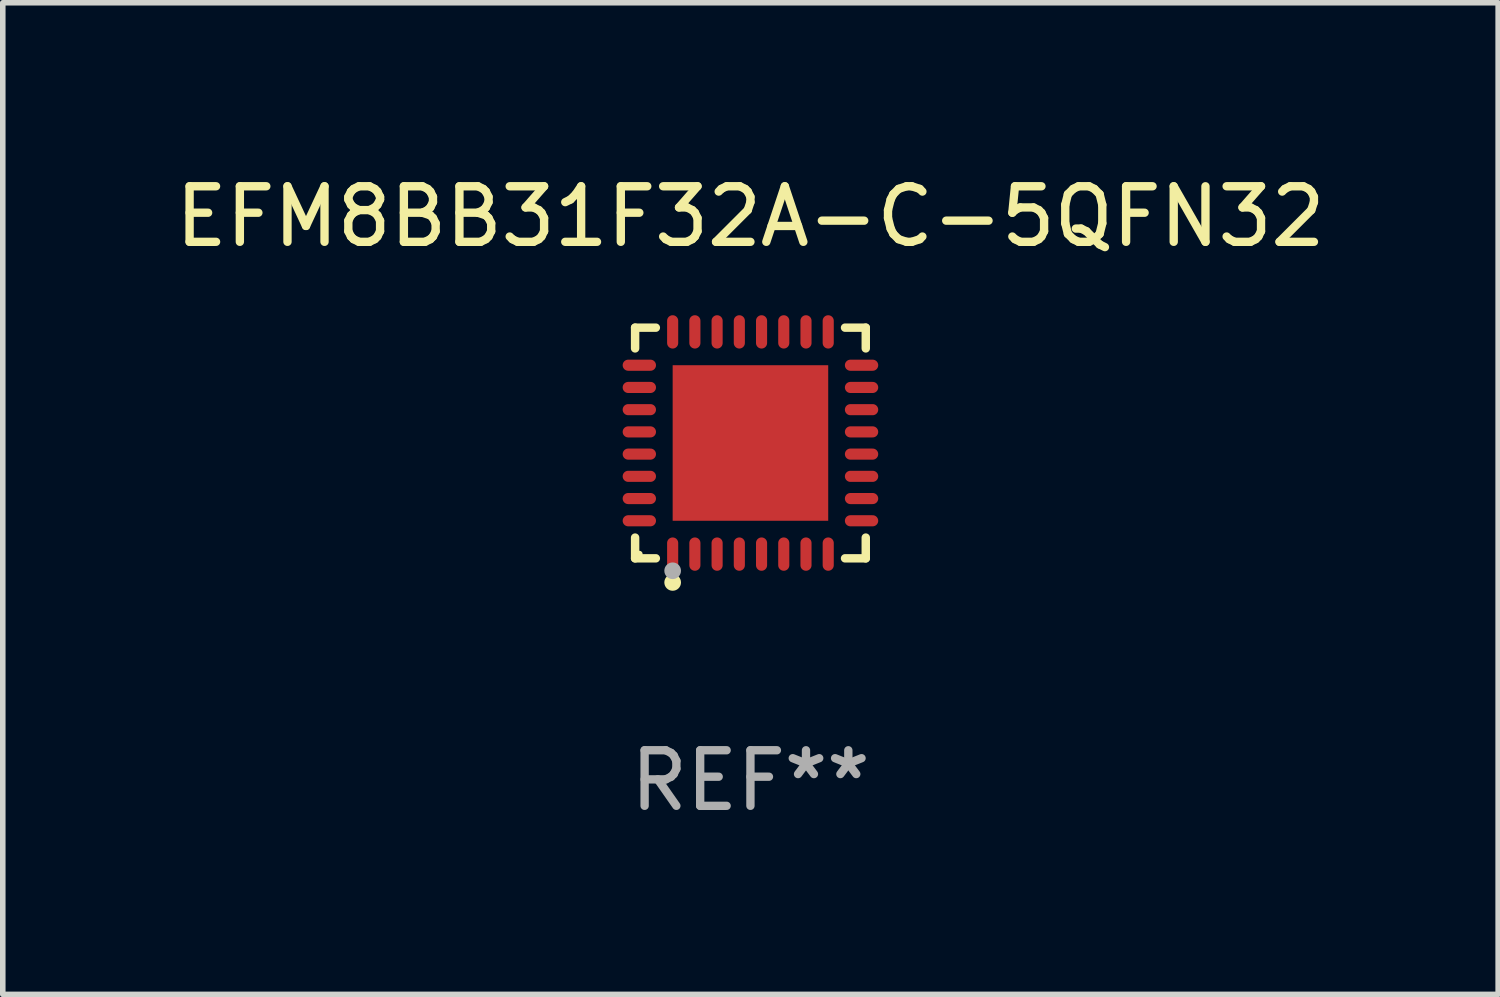
<source format=kicad_pcb>
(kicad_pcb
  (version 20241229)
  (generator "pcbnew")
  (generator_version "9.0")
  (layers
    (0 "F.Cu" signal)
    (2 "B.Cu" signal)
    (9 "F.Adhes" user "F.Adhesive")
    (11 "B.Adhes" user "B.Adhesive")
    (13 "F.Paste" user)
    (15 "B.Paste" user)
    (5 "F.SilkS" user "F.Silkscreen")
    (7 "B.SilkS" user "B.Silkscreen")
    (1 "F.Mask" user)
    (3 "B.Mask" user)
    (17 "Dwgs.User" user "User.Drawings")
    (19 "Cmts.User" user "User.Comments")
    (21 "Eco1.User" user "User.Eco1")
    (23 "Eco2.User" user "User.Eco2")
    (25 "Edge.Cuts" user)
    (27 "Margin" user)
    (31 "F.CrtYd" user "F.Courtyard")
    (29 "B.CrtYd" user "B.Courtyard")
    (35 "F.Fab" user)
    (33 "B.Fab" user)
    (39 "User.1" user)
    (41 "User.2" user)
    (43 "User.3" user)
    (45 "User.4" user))
  (footprint "EFM8BB31F32A-C-5QFN32"
    (layer "F.Cu")
    (at 10.458 4.924)
    (property "Reference" "EFM8BB31F32A-C-5QFN32" (at 0 -4.076 0) (layer "F.SilkS") (effects (font (size 1 1) (thickness 0.15))))
    (attr through_hole)
    (fp_line (start -2.076 -2.076) (end -1.703 -2.076) (stroke (width 0.152) (type solid)) (layer "F.SilkS"))
    (fp_line (start -2.076 -1.703) (end -2.076 -2.076) (stroke (width 0.152) (type solid)) (layer "F.SilkS"))
    (fp_line (start -2.076 1.703) (end -2.076 2.076) (stroke (width 0.152) (type solid)) (layer "F.SilkS"))
    (fp_line (start -2.076 2.076) (end -1.703 2.076) (stroke (width 0.152) (type solid)) (layer "F.SilkS"))
    (fp_line (start 2.076 -2.076) (end 1.703 -2.076) (stroke (width 0.152) (type solid)) (layer "F.SilkS"))
    (fp_line (start 2.076 -1.703) (end 2.076 -2.076) (stroke (width 0.152) (type solid)) (layer "F.SilkS"))
    (fp_line (start 2.076 1.703) (end 2.076 2.076) (stroke (width 0.152) (type solid)) (layer "F.SilkS"))
    (fp_line (start 2.076 2.076) (end 1.703 2.076) (stroke (width 0.152) (type solid)) (layer "F.SilkS"))
    (fp_circle (center -2 2) (end -1.97 2) (stroke (width 0.06) (type solid)) (fill no) (layer "F.SilkS"))
    (fp_circle (center -1.4 2.51) (end -1.325 2.51) (stroke (width 0.15) (type solid)) (fill no) (layer "F.SilkS"))
    (fp_circle (center -1.4 2.3) (end -1.325 2.3) (stroke (width 0.15) (type solid)) (fill no) (layer "F.Fab"))
    (fp_text user "REF**" (at 0 6.076 0) (layer "F.Fab") (effects (font (size 1 1) (thickness 0.15))))
    (pad "1" smd oval (at -1.4 2) (size 0.2 0.6) (layers "F.Cu" "F.Mask" "F.Paste"))
    (pad "2" smd oval (at -1 2) (size 0.2 0.6) (layers "F.Cu" "F.Mask" "F.Paste"))
    (pad "3" smd oval (at -0.6 2) (size 0.2 0.6) (layers "F.Cu" "F.Mask" "F.Paste"))
    (pad "4" smd oval (at -0.2 2) (size 0.2 0.6) (layers "F.Cu" "F.Mask" "F.Paste"))
    (pad "5" smd oval (at 0.2 2) (size 0.2 0.6) (layers "F.Cu" "F.Mask" "F.Paste"))
    (pad "6" smd oval (at 0.6 2) (size 0.2 0.6) (layers "F.Cu" "F.Mask" "F.Paste"))
    (pad "7" smd oval (at 1 2) (size 0.2 0.6) (layers "F.Cu" "F.Mask" "F.Paste"))
    (pad "8" smd oval (at 1.4 2) (size 0.2 0.6) (layers "F.Cu" "F.Mask" "F.Paste"))
    (pad "9" smd oval (at 2 1.4) (size 0.6 0.2) (layers "F.Cu" "F.Mask" "F.Paste"))
    (pad "10" smd oval (at 2 1) (size 0.6 0.2) (layers "F.Cu" "F.Mask" "F.Paste"))
    (pad "11" smd oval (at 2 0.6) (size 0.6 0.2) (layers "F.Cu" "F.Mask" "F.Paste"))
    (pad "12" smd oval (at 2 0.2) (size 0.6 0.2) (layers "F.Cu" "F.Mask" "F.Paste"))
    (pad "13" smd oval (at 2 -0.2) (size 0.6 0.2) (layers "F.Cu" "F.Mask" "F.Paste"))
    (pad "14" smd oval (at 2 -0.6) (size 0.6 0.2) (layers "F.Cu" "F.Mask" "F.Paste"))
    (pad "15" smd oval (at 2 -1) (size 0.6 0.2) (layers "F.Cu" "F.Mask" "F.Paste"))
    (pad "16" smd oval (at 2 -1.4) (size 0.6 0.2) (layers "F.Cu" "F.Mask" "F.Paste"))
    (pad "17" smd oval (at 1.4 -2) (size 0.2 0.6) (layers "F.Cu" "F.Mask" "F.Paste"))
    (pad "18" smd oval (at 1 -2) (size 0.2 0.6) (layers "F.Cu" "F.Mask" "F.Paste"))
    (pad "19" smd oval (at 0.6 -2) (size 0.2 0.6) (layers "F.Cu" "F.Mask" "F.Paste"))
    (pad "20" smd oval (at 0.2 -2) (size 0.2 0.6) (layers "F.Cu" "F.Mask" "F.Paste"))
    (pad "21" smd oval (at -0.2 -2) (size 0.2 0.6) (layers "F.Cu" "F.Mask" "F.Paste"))
    (pad "22" smd oval (at -0.6 -2) (size 0.2 0.6) (layers "F.Cu" "F.Mask" "F.Paste"))
    (pad "23" smd oval (at -1 -2) (size 0.2 0.6) (layers "F.Cu" "F.Mask" "F.Paste"))
    (pad "24" smd oval (at -1.4 -2) (size 0.2 0.6) (layers "F.Cu" "F.Mask" "F.Paste"))
    (pad "25" smd oval (at -2 -1.4) (size 0.6 0.2) (layers "F.Cu" "F.Mask" "F.Paste"))
    (pad "26" smd oval (at -2 -1) (size 0.6 0.2) (layers "F.Cu" "F.Mask" "F.Paste"))
    (pad "27" smd oval (at -2 -0.6) (size 0.6 0.2) (layers "F.Cu" "F.Mask" "F.Paste"))
    (pad "28" smd oval (at -2 -0.2) (size 0.6 0.2) (layers "F.Cu" "F.Mask" "F.Paste"))
    (pad "29" smd oval (at -2 0.2) (size 0.6 0.2) (layers "F.Cu" "F.Mask" "F.Paste"))
    (pad "30" smd oval (at -2 0.6) (size 0.6 0.2) (layers "F.Cu" "F.Mask" "F.Paste"))
    (pad "31" smd oval (at -2 1) (size 0.6 0.2) (layers "F.Cu" "F.Mask" "F.Paste"))
    (pad "32" smd oval (at -2 1.4) (size 0.6 0.2) (layers "F.Cu" "F.Mask" "F.Paste"))
    (pad "33" smd rect (at 0 0) (size 2.8 2.8) (layers "F.Cu" "F.Mask" "F.Paste")))
  (gr_rect
    (start -3 -3)
    (end 23.917 14.849)
    (stroke (width 0.1) (type default))
    (fill no)
    (layer "Edge.Cuts")))
</source>
